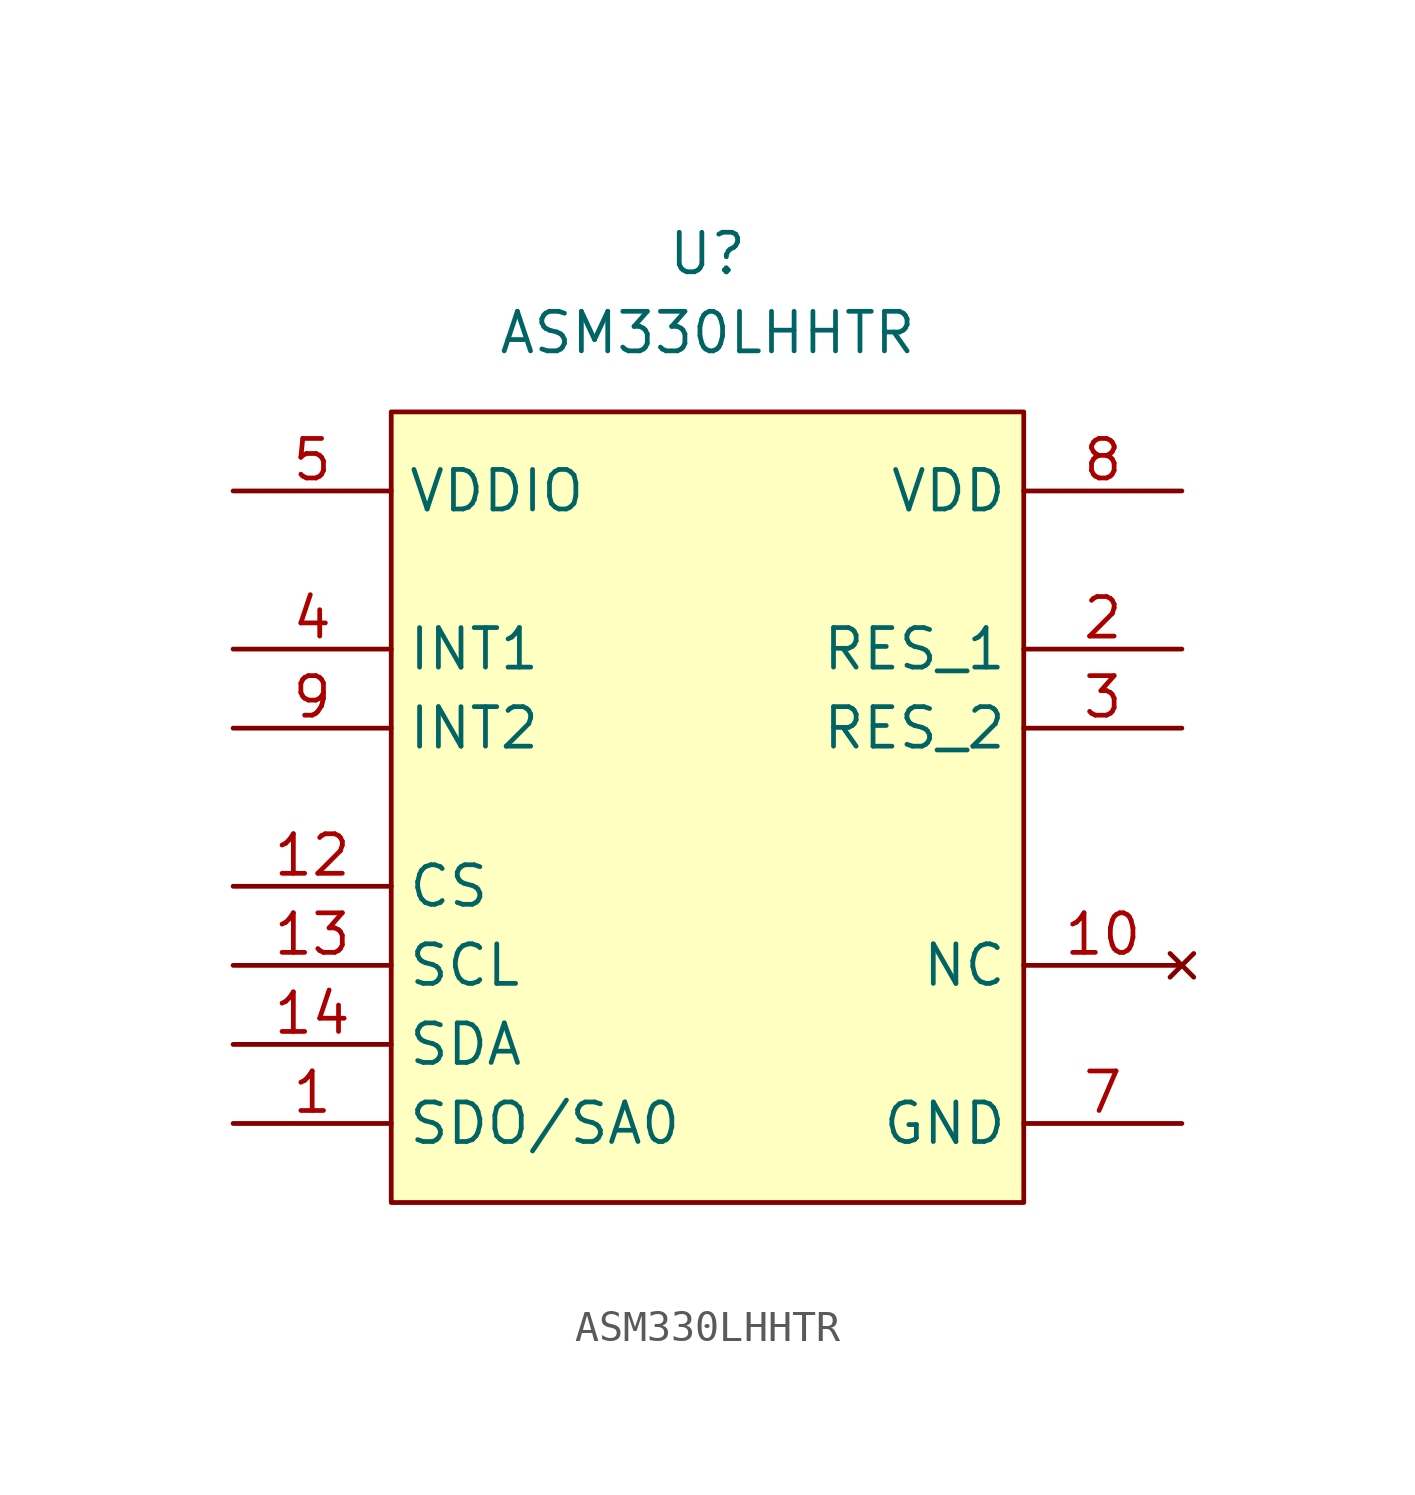
<source format=kicad_sym>
(kicad_symbol_lib
  (version 20241209)
  (generator "kicad_symbol_editor")
  (generator_version "9.0")
  (symbol "ASM330LHHTR"
    (property "Reference" "U"
      (at 0 5.08 0)
      (effects (font (size 1.27 1.27))))
    (property "Value" "ASM330LHHTR"
      (at 0 2.54 0)
      (effects (font (size 1.27 1.27))))
    (symbol "ASM330LHHTR_1_1"
      (rectangle (start -10.16 0) (end 10.16 -25.4) (stroke (width 0) (type solid)) (fill (type background)))
      (pin passive line (at -15.24 -2.54 0) (length 5.08) (name "VDDIO" (effects (font (size 1.27 1.27)))) (number "5" (effects (font (size 1.27 1.27)))))
      (pin passive line (at -15.24 -7.62 0) (length 5.08) (name "INT1" (effects (font (size 1.27 1.27)))) (number "4" (effects (font (size 1.27 1.27)))))
      (pin passive line (at -15.24 -10.16 0) (length 5.08) (name "INT2" (effects (font (size 1.27 1.27)))) (number "9" (effects (font (size 1.27 1.27)))))
      (pin passive line (at -15.24 -15.24 0) (length 5.08) (name "CS" (effects (font (size 1.27 1.27)))) (number "12" (effects (font (size 1.27 1.27)))))
      (pin passive line (at -15.24 -17.78 0) (length 5.08) (name "SCL" (effects (font (size 1.27 1.27)))) (number "13" (effects (font (size 1.27 1.27)))))
      (pin passive line (at -15.24 -20.32 0) (length 5.08) (name "SDA" (effects (font (size 1.27 1.27)))) (number "14" (effects (font (size 1.27 1.27)))))
      (pin passive line (at -15.24 -22.86 0) (length 5.08) (name "SDO/SA0" (effects (font (size 1.27 1.27)))) (number "1" (effects (font (size 1.27 1.27)))))
      (pin passive line (at 15.24 -2.54 180) (length 5.08) (name "VDD" (effects (font (size 1.27 1.27)))) (number "8" (effects (font (size 1.27 1.27)))))
      (pin passive line (at 15.24 -7.62 180) (length 5.08) (name "RES_1" (effects (font (size 1.27 1.27)))) (number "2" (effects (font (size 1.27 1.27)))))
      (pin passive line (at 15.24 -10.16 180) (length 5.08) (name "RES_2" (effects (font (size 1.27 1.27)))) (number "3" (effects (font (size 1.27 1.27)))))
      (pin no_connect line (at 15.24 -17.78 180) (length 5.08) (name "NC" (effects (font (size 1.27 1.27)))) (number "10" (effects (font (size 1.27 1.27)))))
      (pin no_connect line (at 15.24 -17.78 180) (length 5.08) (hide yes) (name "NC" (effects (font (size 1.27 1.27)))) (number "11" (effects (font (size 1.27 1.27)))))
      (pin passive line (at 15.24 -22.86 180) (length 5.08) (hide yes) (name "GND" (effects (font (size 1.27 1.27)))) (number "6" (effects (font (size 1.27 1.27)))))
      (pin passive line (at 15.24 -22.86 180) (length 5.08) (name "GND" (effects (font (size 1.27 1.27)))) (number "7" (effects (font (size 1.27 1.27))))))))
</source>
